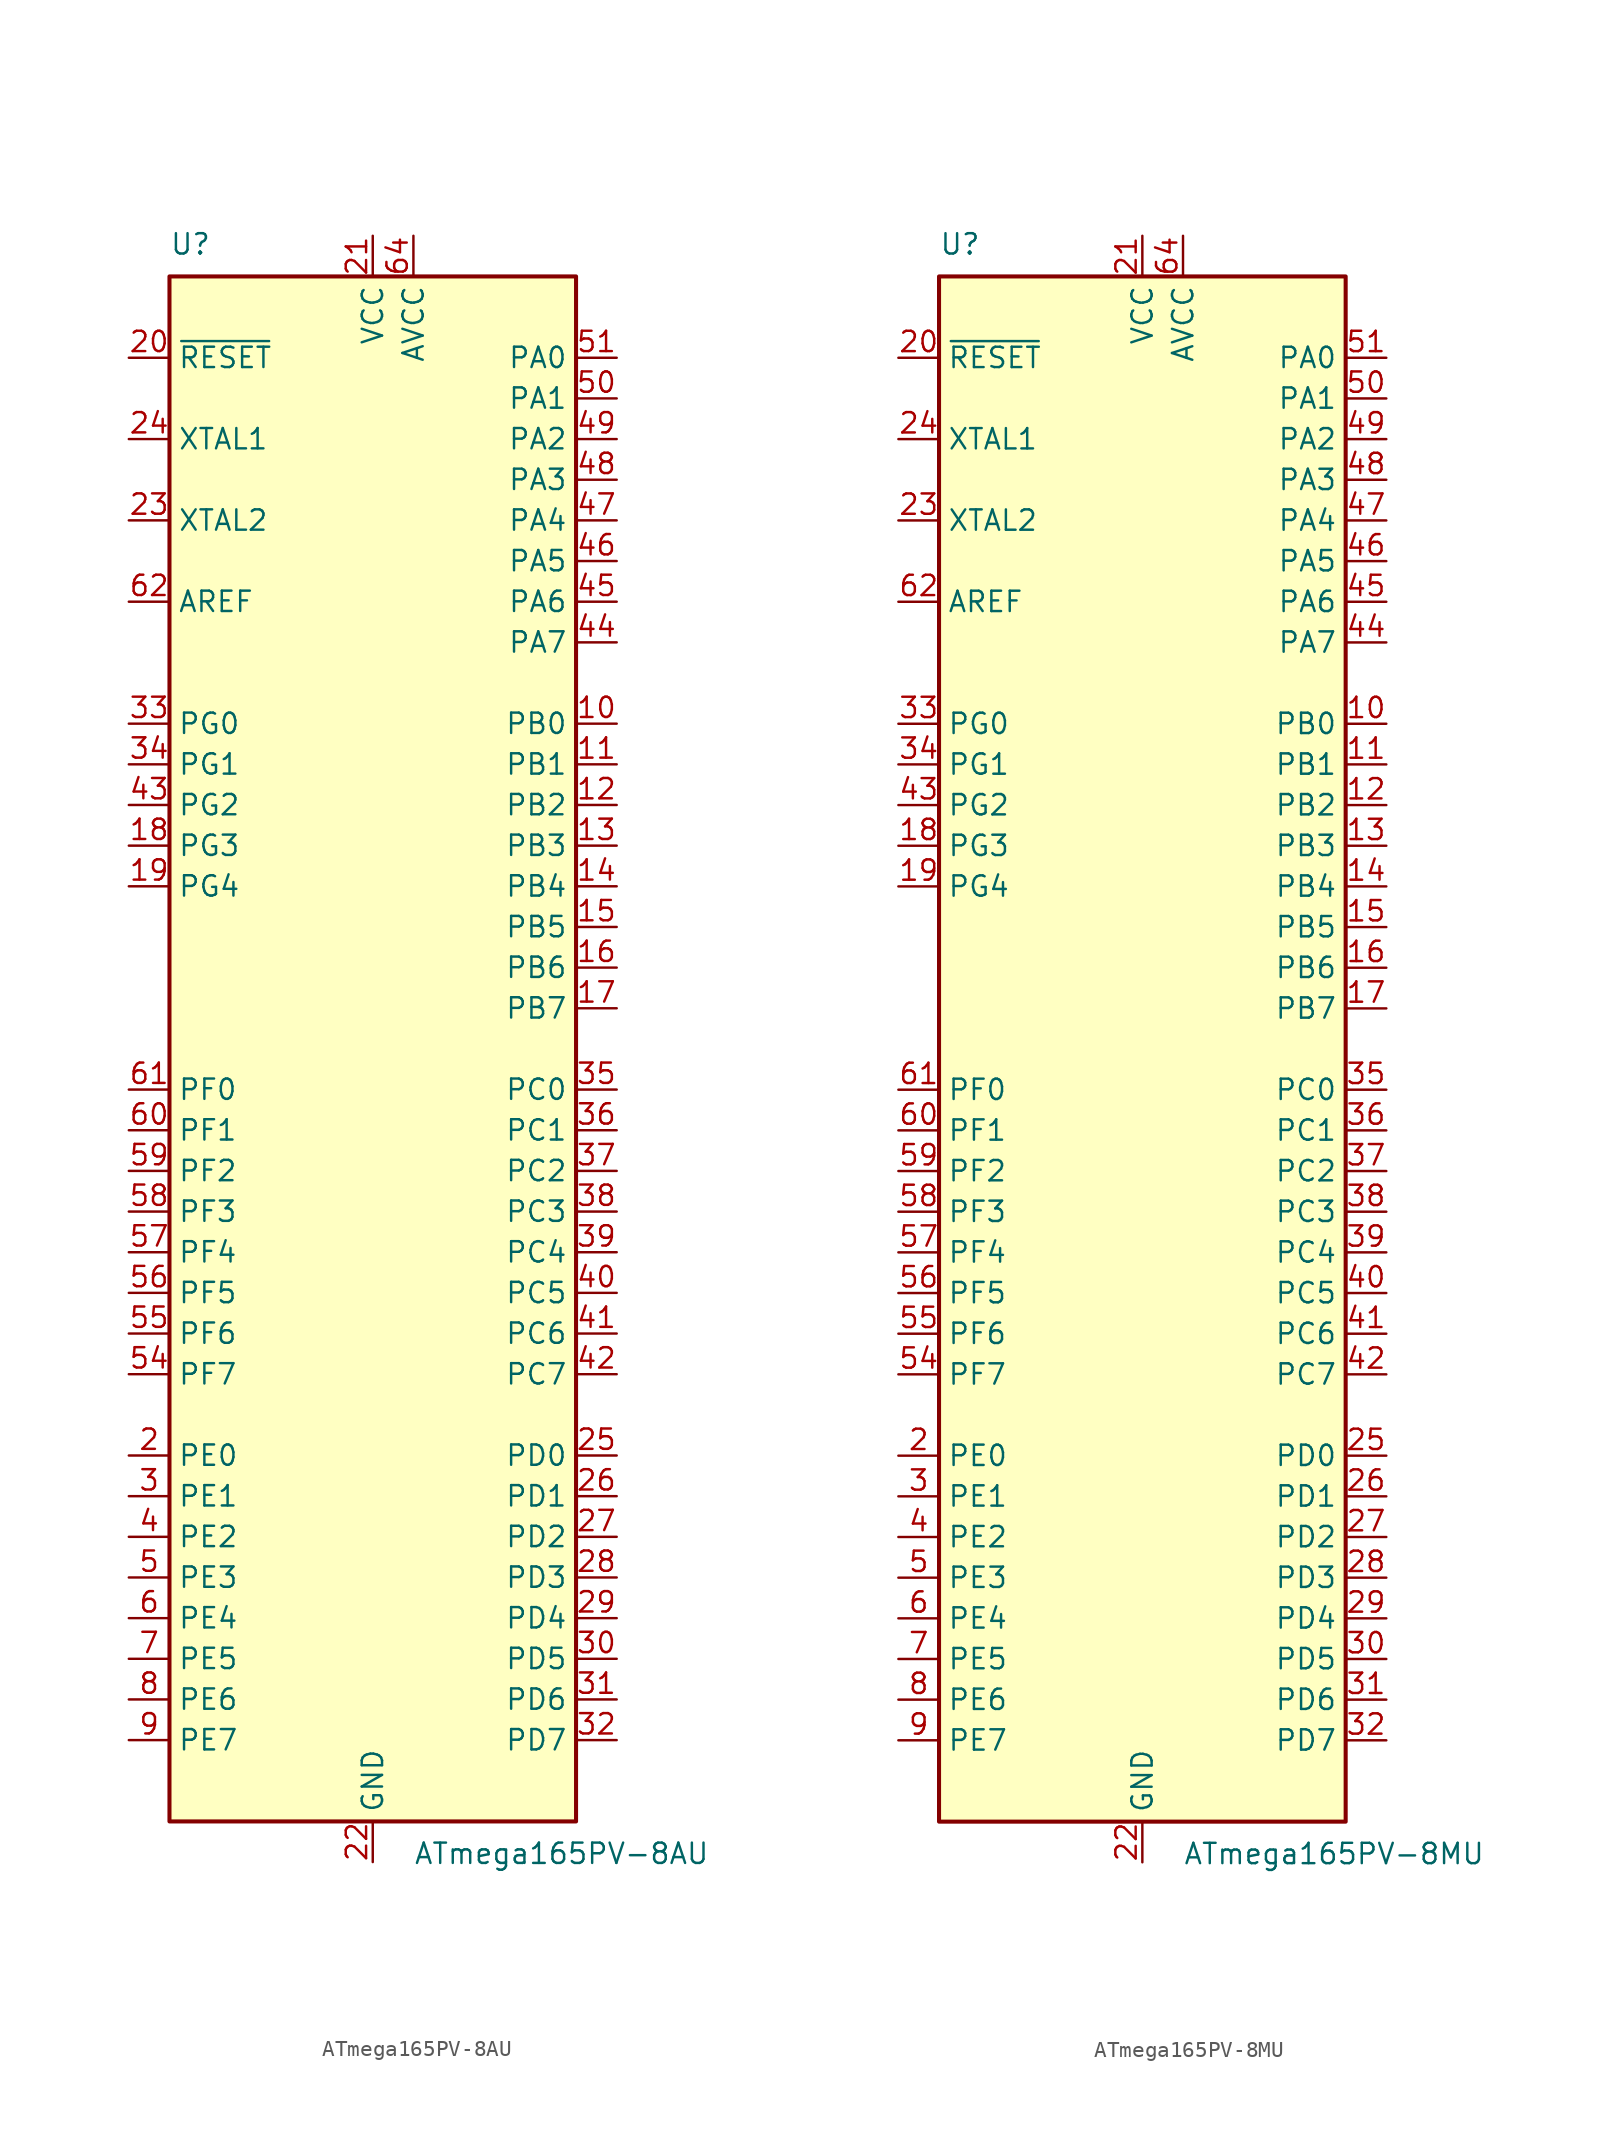
<source format=kicad_sym>
(kicad_symbol_lib
  (version 20211014)
  (generator kicad_symbol_editor)
  (symbol "ATmega165PV-8AU"
    (property "Reference" "U"
      (at -12.7 49.53 0)
      (effects (font (size 1.27 1.27)) (justify left bottom)))
    (property "Value" "ATmega165PV-8AU"
      (at 2.54 -49.53 0)
      (effects (font (size 1.27 1.27)) (justify left top)))
    (symbol "ATmega165PV-8AU_0_1"
      (rectangle (start -12.7 -48.26) (end 12.7 48.26) (stroke (width 0.254) (type default) (color 0 0 0 0)) (fill (type background))))
    (symbol "ATmega165PV-8AU_1_1"
      (pin no_connect line (at -12.7 -45.72 0) (length 2.54) hide (name "NC" (effects (font (size 1.27 1.27)))) (number "1" (effects (font (size 1.27 1.27)))))
      (pin bidirectional line (at 15.24 20.32 180) (length 2.54) (name "PB0" (effects (font (size 1.27 1.27)))) (number "10" (effects (font (size 1.27 1.27)))))
      (pin bidirectional line (at 15.24 17.78 180) (length 2.54) (name "PB1" (effects (font (size 1.27 1.27)))) (number "11" (effects (font (size 1.27 1.27)))))
      (pin bidirectional line (at 15.24 15.24 180) (length 2.54) (name "PB2" (effects (font (size 1.27 1.27)))) (number "12" (effects (font (size 1.27 1.27)))))
      (pin bidirectional line (at 15.24 12.7 180) (length 2.54) (name "PB3" (effects (font (size 1.27 1.27)))) (number "13" (effects (font (size 1.27 1.27)))))
      (pin bidirectional line (at 15.24 10.16 180) (length 2.54) (name "PB4" (effects (font (size 1.27 1.27)))) (number "14" (effects (font (size 1.27 1.27)))))
      (pin bidirectional line (at 15.24 7.62 180) (length 2.54) (name "PB5" (effects (font (size 1.27 1.27)))) (number "15" (effects (font (size 1.27 1.27)))))
      (pin bidirectional line (at 15.24 5.08 180) (length 2.54) (name "PB6" (effects (font (size 1.27 1.27)))) (number "16" (effects (font (size 1.27 1.27)))))
      (pin bidirectional line (at 15.24 2.54 180) (length 2.54) (name "PB7" (effects (font (size 1.27 1.27)))) (number "17" (effects (font (size 1.27 1.27)))))
      (pin bidirectional line (at -15.24 12.7 0) (length 2.54) (name "PG3" (effects (font (size 1.27 1.27)))) (number "18" (effects (font (size 1.27 1.27)))))
      (pin bidirectional line (at -15.24 10.16 0) (length 2.54) (name "PG4" (effects (font (size 1.27 1.27)))) (number "19" (effects (font (size 1.27 1.27)))))
      (pin bidirectional line (at -15.24 -25.4 0) (length 2.54) (name "PE0" (effects (font (size 1.27 1.27)))) (number "2" (effects (font (size 1.27 1.27)))))
      (pin input line (at -15.24 43.18 0) (length 2.54) (name "~{RESET}" (effects (font (size 1.27 1.27)))) (number "20" (effects (font (size 1.27 1.27)))))
      (pin power_in line (at 0 50.8 270) (length 2.54) (name "VCC" (effects (font (size 1.27 1.27)))) (number "21" (effects (font (size 1.27 1.27)))))
      (pin power_in line (at 0 -50.8 90) (length 2.54) (name "GND" (effects (font (size 1.27 1.27)))) (number "22" (effects (font (size 1.27 1.27)))))
      (pin output line (at -15.24 33.02 0) (length 2.54) (name "XTAL2" (effects (font (size 1.27 1.27)))) (number "23" (effects (font (size 1.27 1.27)))))
      (pin input line (at -15.24 38.1 0) (length 2.54) (name "XTAL1" (effects (font (size 1.27 1.27)))) (number "24" (effects (font (size 1.27 1.27)))))
      (pin bidirectional line (at 15.24 -25.4 180) (length 2.54) (name "PD0" (effects (font (size 1.27 1.27)))) (number "25" (effects (font (size 1.27 1.27)))))
      (pin bidirectional line (at 15.24 -27.94 180) (length 2.54) (name "PD1" (effects (font (size 1.27 1.27)))) (number "26" (effects (font (size 1.27 1.27)))))
      (pin bidirectional line (at 15.24 -30.48 180) (length 2.54) (name "PD2" (effects (font (size 1.27 1.27)))) (number "27" (effects (font (size 1.27 1.27)))))
      (pin bidirectional line (at 15.24 -33.02 180) (length 2.54) (name "PD3" (effects (font (size 1.27 1.27)))) (number "28" (effects (font (size 1.27 1.27)))))
      (pin bidirectional line (at 15.24 -35.56 180) (length 2.54) (name "PD4" (effects (font (size 1.27 1.27)))) (number "29" (effects (font (size 1.27 1.27)))))
      (pin bidirectional line (at -15.24 -27.94 0) (length 2.54) (name "PE1" (effects (font (size 1.27 1.27)))) (number "3" (effects (font (size 1.27 1.27)))))
      (pin bidirectional line (at 15.24 -38.1 180) (length 2.54) (name "PD5" (effects (font (size 1.27 1.27)))) (number "30" (effects (font (size 1.27 1.27)))))
      (pin bidirectional line (at 15.24 -40.64 180) (length 2.54) (name "PD6" (effects (font (size 1.27 1.27)))) (number "31" (effects (font (size 1.27 1.27)))))
      (pin bidirectional line (at 15.24 -43.18 180) (length 2.54) (name "PD7" (effects (font (size 1.27 1.27)))) (number "32" (effects (font (size 1.27 1.27)))))
      (pin bidirectional line (at -15.24 20.32 0) (length 2.54) (name "PG0" (effects (font (size 1.27 1.27)))) (number "33" (effects (font (size 1.27 1.27)))))
      (pin bidirectional line (at -15.24 17.78 0) (length 2.54) (name "PG1" (effects (font (size 1.27 1.27)))) (number "34" (effects (font (size 1.27 1.27)))))
      (pin bidirectional line (at 15.24 -2.54 180) (length 2.54) (name "PC0" (effects (font (size 1.27 1.27)))) (number "35" (effects (font (size 1.27 1.27)))))
      (pin bidirectional line (at 15.24 -5.08 180) (length 2.54) (name "PC1" (effects (font (size 1.27 1.27)))) (number "36" (effects (font (size 1.27 1.27)))))
      (pin bidirectional line (at 15.24 -7.62 180) (length 2.54) (name "PC2" (effects (font (size 1.27 1.27)))) (number "37" (effects (font (size 1.27 1.27)))))
      (pin bidirectional line (at 15.24 -10.16 180) (length 2.54) (name "PC3" (effects (font (size 1.27 1.27)))) (number "38" (effects (font (size 1.27 1.27)))))
      (pin bidirectional line (at 15.24 -12.7 180) (length 2.54) (name "PC4" (effects (font (size 1.27 1.27)))) (number "39" (effects (font (size 1.27 1.27)))))
      (pin bidirectional line (at -15.24 -30.48 0) (length 2.54) (name "PE2" (effects (font (size 1.27 1.27)))) (number "4" (effects (font (size 1.27 1.27)))))
      (pin bidirectional line (at 15.24 -15.24 180) (length 2.54) (name "PC5" (effects (font (size 1.27 1.27)))) (number "40" (effects (font (size 1.27 1.27)))))
      (pin bidirectional line (at 15.24 -17.78 180) (length 2.54) (name "PC6" (effects (font (size 1.27 1.27)))) (number "41" (effects (font (size 1.27 1.27)))))
      (pin bidirectional line (at 15.24 -20.32 180) (length 2.54) (name "PC7" (effects (font (size 1.27 1.27)))) (number "42" (effects (font (size 1.27 1.27)))))
      (pin bidirectional line (at -15.24 15.24 0) (length 2.54) (name "PG2" (effects (font (size 1.27 1.27)))) (number "43" (effects (font (size 1.27 1.27)))))
      (pin bidirectional line (at 15.24 25.4 180) (length 2.54) (name "PA7" (effects (font (size 1.27 1.27)))) (number "44" (effects (font (size 1.27 1.27)))))
      (pin bidirectional line (at 15.24 27.94 180) (length 2.54) (name "PA6" (effects (font (size 1.27 1.27)))) (number "45" (effects (font (size 1.27 1.27)))))
      (pin bidirectional line (at 15.24 30.48 180) (length 2.54) (name "PA5" (effects (font (size 1.27 1.27)))) (number "46" (effects (font (size 1.27 1.27)))))
      (pin bidirectional line (at 15.24 33.02 180) (length 2.54) (name "PA4" (effects (font (size 1.27 1.27)))) (number "47" (effects (font (size 1.27 1.27)))))
      (pin bidirectional line (at 15.24 35.56 180) (length 2.54) (name "PA3" (effects (font (size 1.27 1.27)))) (number "48" (effects (font (size 1.27 1.27)))))
      (pin bidirectional line (at 15.24 38.1 180) (length 2.54) (name "PA2" (effects (font (size 1.27 1.27)))) (number "49" (effects (font (size 1.27 1.27)))))
      (pin bidirectional line (at -15.24 -33.02 0) (length 2.54) (name "PE3" (effects (font (size 1.27 1.27)))) (number "5" (effects (font (size 1.27 1.27)))))
      (pin bidirectional line (at 15.24 40.64 180) (length 2.54) (name "PA1" (effects (font (size 1.27 1.27)))) (number "50" (effects (font (size 1.27 1.27)))))
      (pin bidirectional line (at 15.24 43.18 180) (length 2.54) (name "PA0" (effects (font (size 1.27 1.27)))) (number "51" (effects (font (size 1.27 1.27)))))
      (pin passive line (at 0 50.8 270) (length 2.54) hide (name "VCC" (effects (font (size 1.27 1.27)))) (number "52" (effects (font (size 1.27 1.27)))))
      (pin passive line (at 0 -50.8 90) (length 2.54) hide (name "GND" (effects (font (size 1.27 1.27)))) (number "53" (effects (font (size 1.27 1.27)))))
      (pin bidirectional line (at -15.24 -20.32 0) (length 2.54) (name "PF7" (effects (font (size 1.27 1.27)))) (number "54" (effects (font (size 1.27 1.27)))))
      (pin bidirectional line (at -15.24 -17.78 0) (length 2.54) (name "PF6" (effects (font (size 1.27 1.27)))) (number "55" (effects (font (size 1.27 1.27)))))
      (pin bidirectional line (at -15.24 -15.24 0) (length 2.54) (name "PF5" (effects (font (size 1.27 1.27)))) (number "56" (effects (font (size 1.27 1.27)))))
      (pin bidirectional line (at -15.24 -12.7 0) (length 2.54) (name "PF4" (effects (font (size 1.27 1.27)))) (number "57" (effects (font (size 1.27 1.27)))))
      (pin bidirectional line (at -15.24 -10.16 0) (length 2.54) (name "PF3" (effects (font (size 1.27 1.27)))) (number "58" (effects (font (size 1.27 1.27)))))
      (pin bidirectional line (at -15.24 -7.62 0) (length 2.54) (name "PF2" (effects (font (size 1.27 1.27)))) (number "59" (effects (font (size 1.27 1.27)))))
      (pin bidirectional line (at -15.24 -35.56 0) (length 2.54) (name "PE4" (effects (font (size 1.27 1.27)))) (number "6" (effects (font (size 1.27 1.27)))))
      (pin bidirectional line (at -15.24 -5.08 0) (length 2.54) (name "PF1" (effects (font (size 1.27 1.27)))) (number "60" (effects (font (size 1.27 1.27)))))
      (pin bidirectional line (at -15.24 -2.54 0) (length 2.54) (name "PF0" (effects (font (size 1.27 1.27)))) (number "61" (effects (font (size 1.27 1.27)))))
      (pin passive line (at -15.24 27.94 0) (length 2.54) (name "AREF" (effects (font (size 1.27 1.27)))) (number "62" (effects (font (size 1.27 1.27)))))
      (pin passive line (at 0 -50.8 90) (length 2.54) hide (name "GND" (effects (font (size 1.27 1.27)))) (number "63" (effects (font (size 1.27 1.27)))))
      (pin power_in line (at 2.54 50.8 270) (length 2.54) (name "AVCC" (effects (font (size 1.27 1.27)))) (number "64" (effects (font (size 1.27 1.27)))))
      (pin bidirectional line (at -15.24 -38.1 0) (length 2.54) (name "PE5" (effects (font (size 1.27 1.27)))) (number "7" (effects (font (size 1.27 1.27)))))
      (pin bidirectional line (at -15.24 -40.64 0) (length 2.54) (name "PE6" (effects (font (size 1.27 1.27)))) (number "8" (effects (font (size 1.27 1.27)))))
      (pin bidirectional line (at -15.24 -43.18 0) (length 2.54) (name "PE7" (effects (font (size 1.27 1.27)))) (number "9" (effects (font (size 1.27 1.27)))))))
  (symbol "ATmega165PV-8MU"
    (property "Reference" "U"
      (at -12.7 49.53 0)
      (effects (font (size 1.27 1.27)) (justify left bottom)))
    (property "Value" "ATmega165PV-8MU"
      (at 2.54 -49.53 0)
      (effects (font (size 1.27 1.27)) (justify left top)))
    (symbol "ATmega165PV-8MU_0_1"
      (rectangle (start -12.7 -48.26) (end 12.7 48.26) (stroke (width 0.254) (type default) (color 0 0 0 0)) (fill (type background))))
    (symbol "ATmega165PV-8MU_1_1"
      (pin no_connect line (at -12.7 -45.72 0) (length 2.54) hide (name "NC" (effects (font (size 1.27 1.27)))) (number "1" (effects (font (size 1.27 1.27)))))
      (pin bidirectional line (at 15.24 20.32 180) (length 2.54) (name "PB0" (effects (font (size 1.27 1.27)))) (number "10" (effects (font (size 1.27 1.27)))))
      (pin bidirectional line (at 15.24 17.78 180) (length 2.54) (name "PB1" (effects (font (size 1.27 1.27)))) (number "11" (effects (font (size 1.27 1.27)))))
      (pin bidirectional line (at 15.24 15.24 180) (length 2.54) (name "PB2" (effects (font (size 1.27 1.27)))) (number "12" (effects (font (size 1.27 1.27)))))
      (pin bidirectional line (at 15.24 12.7 180) (length 2.54) (name "PB3" (effects (font (size 1.27 1.27)))) (number "13" (effects (font (size 1.27 1.27)))))
      (pin bidirectional line (at 15.24 10.16 180) (length 2.54) (name "PB4" (effects (font (size 1.27 1.27)))) (number "14" (effects (font (size 1.27 1.27)))))
      (pin bidirectional line (at 15.24 7.62 180) (length 2.54) (name "PB5" (effects (font (size 1.27 1.27)))) (number "15" (effects (font (size 1.27 1.27)))))
      (pin bidirectional line (at 15.24 5.08 180) (length 2.54) (name "PB6" (effects (font (size 1.27 1.27)))) (number "16" (effects (font (size 1.27 1.27)))))
      (pin bidirectional line (at 15.24 2.54 180) (length 2.54) (name "PB7" (effects (font (size 1.27 1.27)))) (number "17" (effects (font (size 1.27 1.27)))))
      (pin bidirectional line (at -15.24 12.7 0) (length 2.54) (name "PG3" (effects (font (size 1.27 1.27)))) (number "18" (effects (font (size 1.27 1.27)))))
      (pin bidirectional line (at -15.24 10.16 0) (length 2.54) (name "PG4" (effects (font (size 1.27 1.27)))) (number "19" (effects (font (size 1.27 1.27)))))
      (pin bidirectional line (at -15.24 -25.4 0) (length 2.54) (name "PE0" (effects (font (size 1.27 1.27)))) (number "2" (effects (font (size 1.27 1.27)))))
      (pin input line (at -15.24 43.18 0) (length 2.54) (name "~{RESET}" (effects (font (size 1.27 1.27)))) (number "20" (effects (font (size 1.27 1.27)))))
      (pin power_in line (at 0 50.8 270) (length 2.54) (name "VCC" (effects (font (size 1.27 1.27)))) (number "21" (effects (font (size 1.27 1.27)))))
      (pin power_in line (at 0 -50.8 90) (length 2.54) (name "GND" (effects (font (size 1.27 1.27)))) (number "22" (effects (font (size 1.27 1.27)))))
      (pin output line (at -15.24 33.02 0) (length 2.54) (name "XTAL2" (effects (font (size 1.27 1.27)))) (number "23" (effects (font (size 1.27 1.27)))))
      (pin input line (at -15.24 38.1 0) (length 2.54) (name "XTAL1" (effects (font (size 1.27 1.27)))) (number "24" (effects (font (size 1.27 1.27)))))
      (pin bidirectional line (at 15.24 -25.4 180) (length 2.54) (name "PD0" (effects (font (size 1.27 1.27)))) (number "25" (effects (font (size 1.27 1.27)))))
      (pin bidirectional line (at 15.24 -27.94 180) (length 2.54) (name "PD1" (effects (font (size 1.27 1.27)))) (number "26" (effects (font (size 1.27 1.27)))))
      (pin bidirectional line (at 15.24 -30.48 180) (length 2.54) (name "PD2" (effects (font (size 1.27 1.27)))) (number "27" (effects (font (size 1.27 1.27)))))
      (pin bidirectional line (at 15.24 -33.02 180) (length 2.54) (name "PD3" (effects (font (size 1.27 1.27)))) (number "28" (effects (font (size 1.27 1.27)))))
      (pin bidirectional line (at 15.24 -35.56 180) (length 2.54) (name "PD4" (effects (font (size 1.27 1.27)))) (number "29" (effects (font (size 1.27 1.27)))))
      (pin bidirectional line (at -15.24 -27.94 0) (length 2.54) (name "PE1" (effects (font (size 1.27 1.27)))) (number "3" (effects (font (size 1.27 1.27)))))
      (pin bidirectional line (at 15.24 -38.1 180) (length 2.54) (name "PD5" (effects (font (size 1.27 1.27)))) (number "30" (effects (font (size 1.27 1.27)))))
      (pin bidirectional line (at 15.24 -40.64 180) (length 2.54) (name "PD6" (effects (font (size 1.27 1.27)))) (number "31" (effects (font (size 1.27 1.27)))))
      (pin bidirectional line (at 15.24 -43.18 180) (length 2.54) (name "PD7" (effects (font (size 1.27 1.27)))) (number "32" (effects (font (size 1.27 1.27)))))
      (pin bidirectional line (at -15.24 20.32 0) (length 2.54) (name "PG0" (effects (font (size 1.27 1.27)))) (number "33" (effects (font (size 1.27 1.27)))))
      (pin bidirectional line (at -15.24 17.78 0) (length 2.54) (name "PG1" (effects (font (size 1.27 1.27)))) (number "34" (effects (font (size 1.27 1.27)))))
      (pin bidirectional line (at 15.24 -2.54 180) (length 2.54) (name "PC0" (effects (font (size 1.27 1.27)))) (number "35" (effects (font (size 1.27 1.27)))))
      (pin bidirectional line (at 15.24 -5.08 180) (length 2.54) (name "PC1" (effects (font (size 1.27 1.27)))) (number "36" (effects (font (size 1.27 1.27)))))
      (pin bidirectional line (at 15.24 -7.62 180) (length 2.54) (name "PC2" (effects (font (size 1.27 1.27)))) (number "37" (effects (font (size 1.27 1.27)))))
      (pin bidirectional line (at 15.24 -10.16 180) (length 2.54) (name "PC3" (effects (font (size 1.27 1.27)))) (number "38" (effects (font (size 1.27 1.27)))))
      (pin bidirectional line (at 15.24 -12.7 180) (length 2.54) (name "PC4" (effects (font (size 1.27 1.27)))) (number "39" (effects (font (size 1.27 1.27)))))
      (pin bidirectional line (at -15.24 -30.48 0) (length 2.54) (name "PE2" (effects (font (size 1.27 1.27)))) (number "4" (effects (font (size 1.27 1.27)))))
      (pin bidirectional line (at 15.24 -15.24 180) (length 2.54) (name "PC5" (effects (font (size 1.27 1.27)))) (number "40" (effects (font (size 1.27 1.27)))))
      (pin bidirectional line (at 15.24 -17.78 180) (length 2.54) (name "PC6" (effects (font (size 1.27 1.27)))) (number "41" (effects (font (size 1.27 1.27)))))
      (pin bidirectional line (at 15.24 -20.32 180) (length 2.54) (name "PC7" (effects (font (size 1.27 1.27)))) (number "42" (effects (font (size 1.27 1.27)))))
      (pin bidirectional line (at -15.24 15.24 0) (length 2.54) (name "PG2" (effects (font (size 1.27 1.27)))) (number "43" (effects (font (size 1.27 1.27)))))
      (pin bidirectional line (at 15.24 25.4 180) (length 2.54) (name "PA7" (effects (font (size 1.27 1.27)))) (number "44" (effects (font (size 1.27 1.27)))))
      (pin bidirectional line (at 15.24 27.94 180) (length 2.54) (name "PA6" (effects (font (size 1.27 1.27)))) (number "45" (effects (font (size 1.27 1.27)))))
      (pin bidirectional line (at 15.24 30.48 180) (length 2.54) (name "PA5" (effects (font (size 1.27 1.27)))) (number "46" (effects (font (size 1.27 1.27)))))
      (pin bidirectional line (at 15.24 33.02 180) (length 2.54) (name "PA4" (effects (font (size 1.27 1.27)))) (number "47" (effects (font (size 1.27 1.27)))))
      (pin bidirectional line (at 15.24 35.56 180) (length 2.54) (name "PA3" (effects (font (size 1.27 1.27)))) (number "48" (effects (font (size 1.27 1.27)))))
      (pin bidirectional line (at 15.24 38.1 180) (length 2.54) (name "PA2" (effects (font (size 1.27 1.27)))) (number "49" (effects (font (size 1.27 1.27)))))
      (pin bidirectional line (at -15.24 -33.02 0) (length 2.54) (name "PE3" (effects (font (size 1.27 1.27)))) (number "5" (effects (font (size 1.27 1.27)))))
      (pin bidirectional line (at 15.24 40.64 180) (length 2.54) (name "PA1" (effects (font (size 1.27 1.27)))) (number "50" (effects (font (size 1.27 1.27)))))
      (pin bidirectional line (at 15.24 43.18 180) (length 2.54) (name "PA0" (effects (font (size 1.27 1.27)))) (number "51" (effects (font (size 1.27 1.27)))))
      (pin passive line (at 0 50.8 270) (length 2.54) hide (name "VCC" (effects (font (size 1.27 1.27)))) (number "52" (effects (font (size 1.27 1.27)))))
      (pin passive line (at 0 -50.8 90) (length 2.54) hide (name "GND" (effects (font (size 1.27 1.27)))) (number "53" (effects (font (size 1.27 1.27)))))
      (pin bidirectional line (at -15.24 -20.32 0) (length 2.54) (name "PF7" (effects (font (size 1.27 1.27)))) (number "54" (effects (font (size 1.27 1.27)))))
      (pin bidirectional line (at -15.24 -17.78 0) (length 2.54) (name "PF6" (effects (font (size 1.27 1.27)))) (number "55" (effects (font (size 1.27 1.27)))))
      (pin bidirectional line (at -15.24 -15.24 0) (length 2.54) (name "PF5" (effects (font (size 1.27 1.27)))) (number "56" (effects (font (size 1.27 1.27)))))
      (pin bidirectional line (at -15.24 -12.7 0) (length 2.54) (name "PF4" (effects (font (size 1.27 1.27)))) (number "57" (effects (font (size 1.27 1.27)))))
      (pin bidirectional line (at -15.24 -10.16 0) (length 2.54) (name "PF3" (effects (font (size 1.27 1.27)))) (number "58" (effects (font (size 1.27 1.27)))))
      (pin bidirectional line (at -15.24 -7.62 0) (length 2.54) (name "PF2" (effects (font (size 1.27 1.27)))) (number "59" (effects (font (size 1.27 1.27)))))
      (pin bidirectional line (at -15.24 -35.56 0) (length 2.54) (name "PE4" (effects (font (size 1.27 1.27)))) (number "6" (effects (font (size 1.27 1.27)))))
      (pin bidirectional line (at -15.24 -5.08 0) (length 2.54) (name "PF1" (effects (font (size 1.27 1.27)))) (number "60" (effects (font (size 1.27 1.27)))))
      (pin bidirectional line (at -15.24 -2.54 0) (length 2.54) (name "PF0" (effects (font (size 1.27 1.27)))) (number "61" (effects (font (size 1.27 1.27)))))
      (pin passive line (at -15.24 27.94 0) (length 2.54) (name "AREF" (effects (font (size 1.27 1.27)))) (number "62" (effects (font (size 1.27 1.27)))))
      (pin passive line (at 0 -50.8 90) (length 2.54) hide (name "GND" (effects (font (size 1.27 1.27)))) (number "63" (effects (font (size 1.27 1.27)))))
      (pin power_in line (at 2.54 50.8 270) (length 2.54) (name "AVCC" (effects (font (size 1.27 1.27)))) (number "64" (effects (font (size 1.27 1.27)))))
      (pin passive line (at 0 -50.8 90) (length 2.54) hide (name "GND" (effects (font (size 1.27 1.27)))) (number "65" (effects (font (size 1.27 1.27)))))
      (pin bidirectional line (at -15.24 -38.1 0) (length 2.54) (name "PE5" (effects (font (size 1.27 1.27)))) (number "7" (effects (font (size 1.27 1.27)))))
      (pin bidirectional line (at -15.24 -40.64 0) (length 2.54) (name "PE6" (effects (font (size 1.27 1.27)))) (number "8" (effects (font (size 1.27 1.27)))))
      (pin bidirectional line (at -15.24 -43.18 0) (length 2.54) (name "PE7" (effects (font (size 1.27 1.27)))) (number "9" (effects (font (size 1.27 1.27))))))))
</source>
